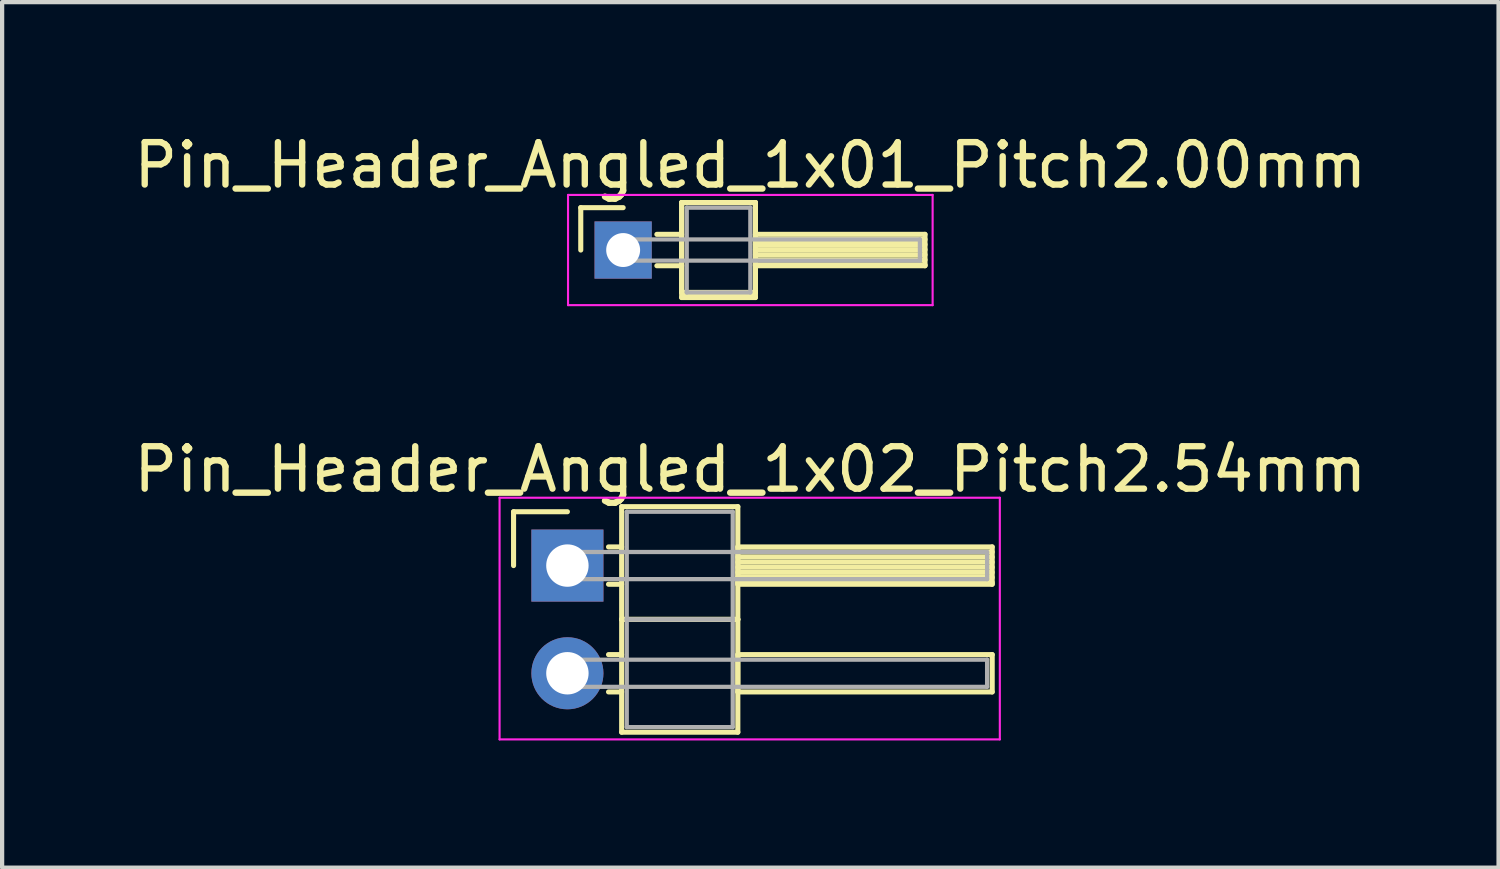
<source format=kicad_pcb>
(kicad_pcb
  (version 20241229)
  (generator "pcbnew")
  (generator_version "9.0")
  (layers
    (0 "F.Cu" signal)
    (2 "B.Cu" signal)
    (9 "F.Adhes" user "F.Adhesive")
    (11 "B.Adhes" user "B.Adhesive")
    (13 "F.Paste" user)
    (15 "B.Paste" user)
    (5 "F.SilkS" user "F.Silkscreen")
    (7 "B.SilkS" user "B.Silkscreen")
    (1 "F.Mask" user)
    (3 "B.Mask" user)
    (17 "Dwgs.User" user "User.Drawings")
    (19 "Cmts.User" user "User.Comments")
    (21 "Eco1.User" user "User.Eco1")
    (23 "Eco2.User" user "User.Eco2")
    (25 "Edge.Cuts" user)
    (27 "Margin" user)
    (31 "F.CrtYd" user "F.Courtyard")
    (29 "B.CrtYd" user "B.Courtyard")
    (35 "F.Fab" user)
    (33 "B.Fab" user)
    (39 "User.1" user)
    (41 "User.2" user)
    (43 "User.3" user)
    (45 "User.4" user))
  (footprint "Pin_Header_Angled_1x02_Pitch2.54mm"
    (layer "F.Cu")
    (at 10.334 10.291)
    (property "Reference" "Pin_Header_Angled_1x02_Pitch2.54mm" (at 4.315 -2.27 0) (layer "F.SilkS") (effects (font (size 1 1) (thickness 0.15))))
    (attr through_hole)
    (fp_line (start -1.27 -1.27) (end 0 -1.27) (stroke (width 0.12) (type solid)) (layer "F.SilkS"))
    (fp_line (start -1.27 0) (end -1.27 -1.27) (stroke (width 0.12) (type solid)) (layer "F.SilkS"))
    (fp_line (start 0.97 -0.44) (end 1.28 -0.44) (stroke (width 0.12) (type solid)) (layer "F.SilkS"))
    (fp_line (start 0.97 0.44) (end 1.28 0.44) (stroke (width 0.12) (type solid)) (layer "F.SilkS"))
    (fp_line (start 0.97 2.1) (end 1.28 2.1) (stroke (width 0.12) (type solid)) (layer "F.SilkS"))
    (fp_line (start 0.97 2.98) (end 1.28 2.98) (stroke (width 0.12) (type solid)) (layer "F.SilkS"))
    (fp_line (start 1.28 -1.39) (end 1.28 1.27) (stroke (width 0.12) (type solid)) (layer "F.SilkS"))
    (fp_line (start 1.28 1.27) (end 1.28 3.93) (stroke (width 0.12) (type solid)) (layer "F.SilkS"))
    (fp_line (start 1.28 1.27) (end 4.02 1.27) (stroke (width 0.12) (type solid)) (layer "F.SilkS"))
    (fp_line (start 1.28 3.93) (end 4.02 3.93) (stroke (width 0.12) (type solid)) (layer "F.SilkS"))
    (fp_line (start 4.02 -1.39) (end 1.28 -1.39) (stroke (width 0.12) (type solid)) (layer "F.SilkS"))
    (fp_line (start 4.02 -0.44) (end 4.02 0.44) (stroke (width 0.12) (type solid)) (layer "F.SilkS"))
    (fp_line (start 4.02 -0.32) (end 10.02 -0.32) (stroke (width 0.12) (type solid)) (layer "F.SilkS"))
    (fp_line (start 4.02 -0.2) (end 10.02 -0.2) (stroke (width 0.12) (type solid)) (layer "F.SilkS"))
    (fp_line (start 4.02 -0.08) (end 10.02 -0.08) (stroke (width 0.12) (type solid)) (layer "F.SilkS"))
    (fp_line (start 4.02 0.04) (end 10.02 0.04) (stroke (width 0.12) (type solid)) (layer "F.SilkS"))
    (fp_line (start 4.02 0.16) (end 10.02 0.16) (stroke (width 0.12) (type solid)) (layer "F.SilkS"))
    (fp_line (start 4.02 0.28) (end 10.02 0.28) (stroke (width 0.12) (type solid)) (layer "F.SilkS"))
    (fp_line (start 4.02 0.4) (end 10.02 0.4) (stroke (width 0.12) (type solid)) (layer "F.SilkS"))
    (fp_line (start 4.02 0.44) (end 10.02 0.44) (stroke (width 0.12) (type solid)) (layer "F.SilkS"))
    (fp_line (start 4.02 1.27) (end 1.28 1.27) (stroke (width 0.12) (type solid)) (layer "F.SilkS"))
    (fp_line (start 4.02 1.27) (end 4.02 -1.39) (stroke (width 0.12) (type solid)) (layer "F.SilkS"))
    (fp_line (start 4.02 2.1) (end 4.02 2.98) (stroke (width 0.12) (type solid)) (layer "F.SilkS"))
    (fp_line (start 4.02 2.98) (end 10.02 2.98) (stroke (width 0.12) (type solid)) (layer "F.SilkS"))
    (fp_line (start 4.02 3.93) (end 4.02 1.27) (stroke (width 0.12) (type solid)) (layer "F.SilkS"))
    (fp_line (start 10.02 -0.44) (end 4.02 -0.44) (stroke (width 0.12) (type solid)) (layer "F.SilkS"))
    (fp_line (start 10.02 0.44) (end 10.02 -0.44) (stroke (width 0.12) (type solid)) (layer "F.SilkS"))
    (fp_line (start 10.02 2.1) (end 4.02 2.1) (stroke (width 0.12) (type solid)) (layer "F.SilkS"))
    (fp_line (start 10.02 2.98) (end 10.02 2.1) (stroke (width 0.12) (type solid)) (layer "F.SilkS"))
    (fp_line (start -1.6 -1.6) (end -1.6 4.1) (stroke (width 0.05) (type solid)) (layer "F.CrtYd"))
    (fp_line (start -1.6 4.1) (end 10.2 4.1) (stroke (width 0.05) (type solid)) (layer "F.CrtYd"))
    (fp_line (start 10.2 -1.6) (end -1.6 -1.6) (stroke (width 0.05) (type solid)) (layer "F.CrtYd"))
    (fp_line (start 10.2 4.1) (end 10.2 -1.6) (stroke (width 0.05) (type solid)) (layer "F.CrtYd"))
    (fp_line (start 0 -0.32) (end 0 0.32) (stroke (width 0.1) (type solid)) (layer "F.Fab"))
    (fp_line (start 0 0.32) (end 9.9 0.32) (stroke (width 0.1) (type solid)) (layer "F.Fab"))
    (fp_line (start 0 2.22) (end 0 2.86) (stroke (width 0.1) (type solid)) (layer "F.Fab"))
    (fp_line (start 0 2.86) (end 9.9 2.86) (stroke (width 0.1) (type solid)) (layer "F.Fab"))
    (fp_line (start 1.4 -1.27) (end 1.4 1.27) (stroke (width 0.1) (type solid)) (layer "F.Fab"))
    (fp_line (start 1.4 1.27) (end 1.4 3.81) (stroke (width 0.1) (type solid)) (layer "F.Fab"))
    (fp_line (start 1.4 1.27) (end 3.9 1.27) (stroke (width 0.1) (type solid)) (layer "F.Fab"))
    (fp_line (start 1.4 3.81) (end 3.9 3.81) (stroke (width 0.1) (type solid)) (layer "F.Fab"))
    (fp_line (start 3.9 -1.27) (end 1.4 -1.27) (stroke (width 0.1) (type solid)) (layer "F.Fab"))
    (fp_line (start 3.9 1.27) (end 1.4 1.27) (stroke (width 0.1) (type solid)) (layer "F.Fab"))
    (fp_line (start 3.9 1.27) (end 3.9 -1.27) (stroke (width 0.1) (type solid)) (layer "F.Fab"))
    (fp_line (start 3.9 3.81) (end 3.9 1.27) (stroke (width 0.1) (type solid)) (layer "F.Fab"))
    (fp_line (start 9.9 -0.32) (end 0 -0.32) (stroke (width 0.1) (type solid)) (layer "F.Fab"))
    (fp_line (start 9.9 0.32) (end 9.9 -0.32) (stroke (width 0.1) (type solid)) (layer "F.Fab"))
    (fp_line (start 9.9 2.22) (end 0 2.22) (stroke (width 0.1) (type solid)) (layer "F.Fab"))
    (fp_line (start 9.9 2.86) (end 9.9 2.22) (stroke (width 0.1) (type solid)) (layer "F.Fab"))
    (pad "1" thru_hole rect (at 0 0) (size 1.7 1.7) (drill 1) (layers "*.Cu" "*.Mask"))
    (pad "2" thru_hole oval (at 0 2.54) (size 1.7 1.7) (drill 1) (layers "*.Cu" "*.Mask")))
  (footprint "Pin_Header_Angled_1x01_Pitch2.00mm"
    (layer "F.Cu")
    (at 11.649 2.848)
    (property "Reference" "Pin_Header_Angled_1x01_Pitch2.00mm" (at 3 -2 0) (layer "F.SilkS") (effects (font (size 1 1) (thickness 0.15))))
    (attr through_hole)
    (fp_line (start -1 -1) (end 0 -1) (stroke (width 0.12) (type solid)) (layer "F.SilkS"))
    (fp_line (start -1 0) (end -1 -1) (stroke (width 0.12) (type solid)) (layer "F.SilkS"))
    (fp_line (start 0.795 -0.37) (end 1.38 -0.37) (stroke (width 0.12) (type solid)) (layer "F.SilkS"))
    (fp_line (start 0.795 0.37) (end 1.38 0.37) (stroke (width 0.12) (type solid)) (layer "F.SilkS"))
    (fp_line (start 1.38 -1.12) (end 1.38 1) (stroke (width 0.12) (type solid)) (layer "F.SilkS"))
    (fp_line (start 1.38 -1.12) (end 1.38 1.12) (stroke (width 0.12) (type solid)) (layer "F.SilkS"))
    (fp_line (start 1.38 1) (end 3.12 1) (stroke (width 0.12) (type solid)) (layer "F.SilkS"))
    (fp_line (start 1.38 1.12) (end 3.12 1.12) (stroke (width 0.12) (type solid)) (layer "F.SilkS"))
    (fp_line (start 3.12 -1.12) (end 1.38 -1.12) (stroke (width 0.12) (type solid)) (layer "F.SilkS"))
    (fp_line (start 3.12 -1.12) (end 1.38 -1.12) (stroke (width 0.12) (type solid)) (layer "F.SilkS"))
    (fp_line (start 3.12 -0.37) (end 3.12 0.37) (stroke (width 0.12) (type solid)) (layer "F.SilkS"))
    (fp_line (start 3.12 -0.25) (end 7.12 -0.25) (stroke (width 0.12) (type solid)) (layer "F.SilkS"))
    (fp_line (start 3.12 -0.13) (end 7.12 -0.13) (stroke (width 0.12) (type solid)) (layer "F.SilkS"))
    (fp_line (start 3.12 -0.01) (end 7.12 -0.01) (stroke (width 0.12) (type solid)) (layer "F.SilkS"))
    (fp_line (start 3.12 0.11) (end 7.12 0.11) (stroke (width 0.12) (type solid)) (layer "F.SilkS"))
    (fp_line (start 3.12 0.23) (end 7.12 0.23) (stroke (width 0.12) (type solid)) (layer "F.SilkS"))
    (fp_line (start 3.12 0.35) (end 7.12 0.35) (stroke (width 0.12) (type solid)) (layer "F.SilkS"))
    (fp_line (start 3.12 0.37) (end 7.12 0.37) (stroke (width 0.12) (type solid)) (layer "F.SilkS"))
    (fp_line (start 3.12 1) (end 3.12 -1.12) (stroke (width 0.12) (type solid)) (layer "F.SilkS"))
    (fp_line (start 3.12 1.12) (end 3.12 -1.12) (stroke (width 0.12) (type solid)) (layer "F.SilkS"))
    (fp_line (start 7.12 -0.37) (end 3.12 -0.37) (stroke (width 0.12) (type solid)) (layer "F.SilkS"))
    (fp_line (start 7.12 0.37) (end 7.12 -0.37) (stroke (width 0.12) (type solid)) (layer "F.SilkS"))
    (fp_line (start -1.3 -1.3) (end -1.3 1.3) (stroke (width 0.05) (type solid)) (layer "F.CrtYd"))
    (fp_line (start -1.3 1.3) (end 7.3 1.3) (stroke (width 0.05) (type solid)) (layer "F.CrtYd"))
    (fp_line (start 7.3 -1.3) (end -1.3 -1.3) (stroke (width 0.05) (type solid)) (layer "F.CrtYd"))
    (fp_line (start 7.3 1.3) (end 7.3 -1.3) (stroke (width 0.05) (type solid)) (layer "F.CrtYd"))
    (fp_line (start 0 -0.25) (end 0 0.25) (stroke (width 0.1) (type solid)) (layer "F.Fab"))
    (fp_line (start 0 0.25) (end 7 0.25) (stroke (width 0.1) (type solid)) (layer "F.Fab"))
    (fp_line (start 1.5 -1) (end 1.5 1) (stroke (width 0.1) (type solid)) (layer "F.Fab"))
    (fp_line (start 1.5 1) (end 3 1) (stroke (width 0.1) (type solid)) (layer "F.Fab"))
    (fp_line (start 3 -1) (end 1.5 -1) (stroke (width 0.1) (type solid)) (layer "F.Fab"))
    (fp_line (start 3 1) (end 3 -1) (stroke (width 0.1) (type solid)) (layer "F.Fab"))
    (fp_line (start 7 -0.25) (end 0 -0.25) (stroke (width 0.1) (type solid)) (layer "F.Fab"))
    (fp_line (start 7 0.25) (end 7 -0.25) (stroke (width 0.1) (type solid)) (layer "F.Fab"))
    (pad "1" thru_hole rect (at 0 0) (size 1.35 1.35) (drill 0.8) (layers "*.Cu" "*.Mask")))
  (gr_rect
    (start -3 -3)
    (end 32.298 17.416)
    (stroke (width 0.1) (type default))
    (fill no)
    (layer "Edge.Cuts")))
</source>
